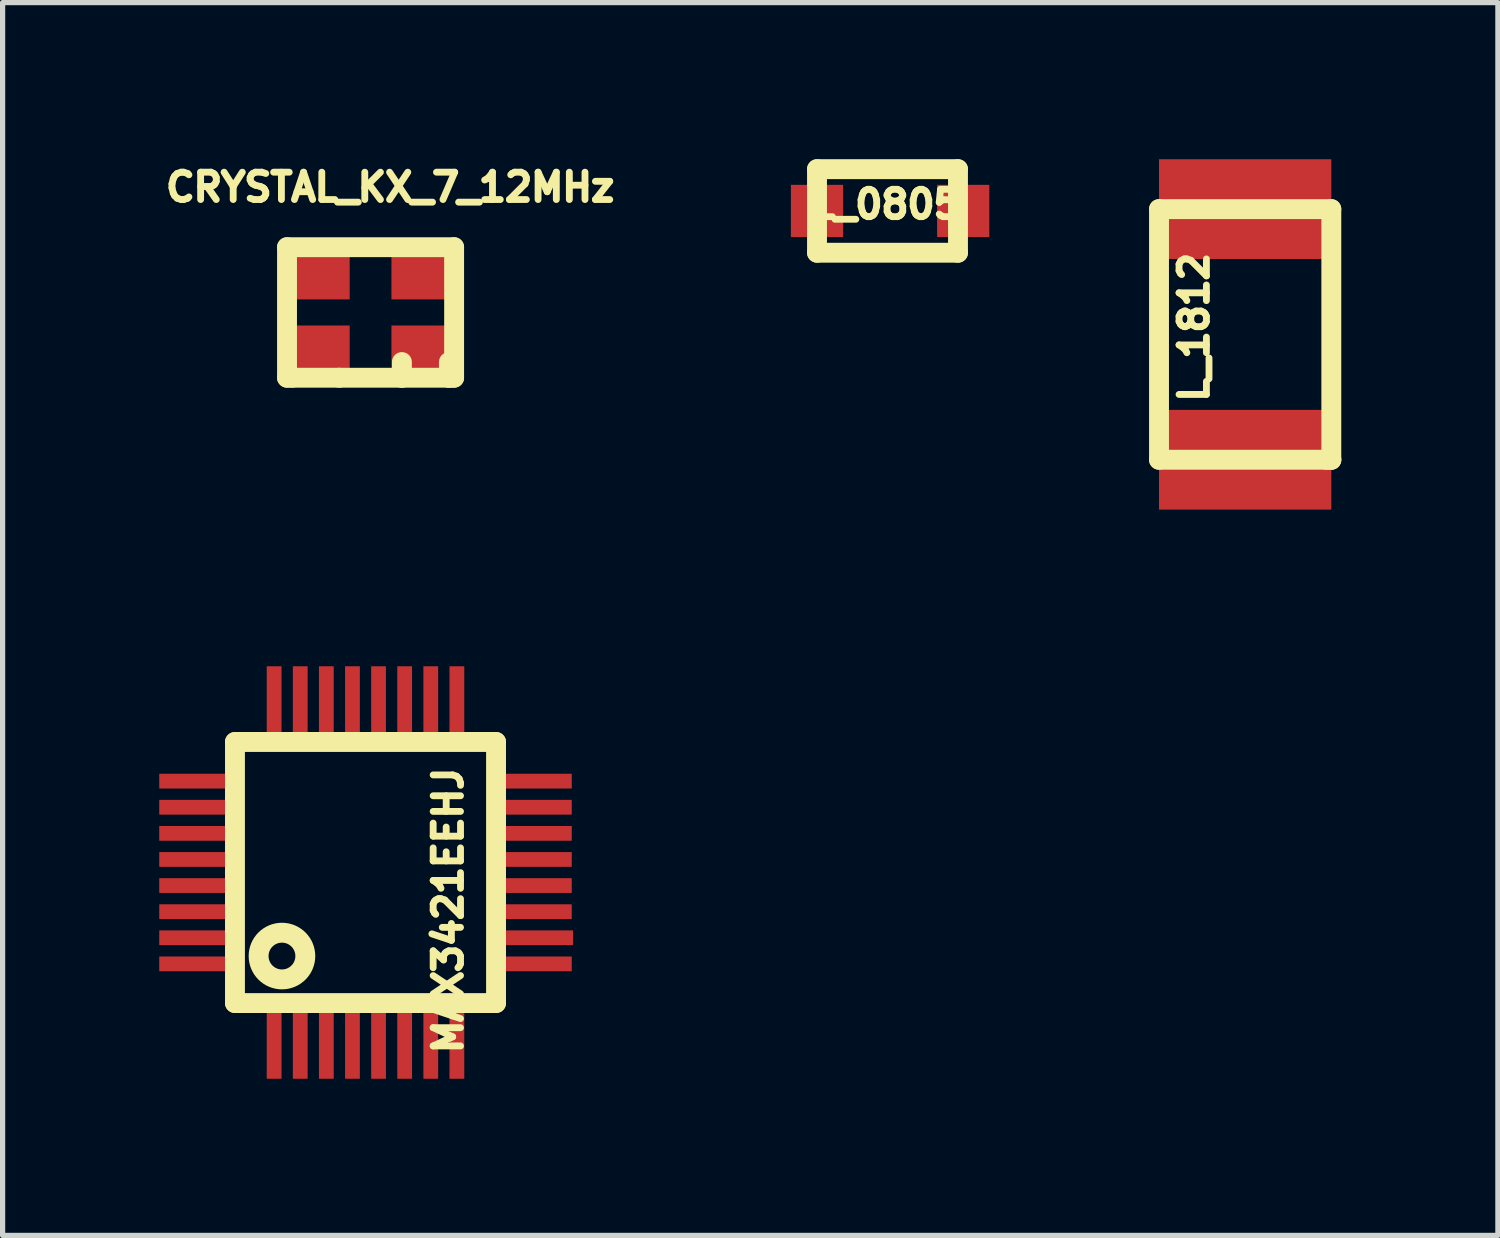
<source format=kicad_pcb>
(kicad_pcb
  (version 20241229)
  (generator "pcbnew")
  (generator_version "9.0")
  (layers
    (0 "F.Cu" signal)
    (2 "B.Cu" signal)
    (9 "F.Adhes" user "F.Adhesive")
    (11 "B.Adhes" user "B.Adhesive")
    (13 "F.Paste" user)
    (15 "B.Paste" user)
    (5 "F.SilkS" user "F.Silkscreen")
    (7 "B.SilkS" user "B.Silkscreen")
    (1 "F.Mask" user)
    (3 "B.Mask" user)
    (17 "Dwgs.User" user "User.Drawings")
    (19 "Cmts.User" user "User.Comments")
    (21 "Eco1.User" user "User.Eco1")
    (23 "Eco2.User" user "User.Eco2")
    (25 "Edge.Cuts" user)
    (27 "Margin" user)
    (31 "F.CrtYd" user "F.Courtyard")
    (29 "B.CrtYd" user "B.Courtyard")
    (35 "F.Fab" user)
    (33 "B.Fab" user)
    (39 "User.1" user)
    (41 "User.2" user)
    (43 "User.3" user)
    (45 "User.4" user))
  (footprint "L_1812"
    (layer "F.Cu")
    (at 19.147 5.755)
    (property "Reference" "L_1812" (at 0.672 -2.536 90) (layer "F.SilkS") (effects (font (size 0.524 0.524) (thickness 0.131))))
    (attr through_hole)
    (fp_line (start 0 -4.8) (end 3.3 -4.8) (stroke (width 0.381) (type solid)) (layer "F.SilkS"))
    (fp_line (start 0 0) (end 0 -4.8) (stroke (width 0.381) (type solid)) (layer "F.SilkS"))
    (fp_line (start 0 0) (end 3.3 0) (stroke (width 0.381) (type solid)) (layer "F.SilkS"))
    (fp_line (start 3.3 -4.8) (end 3.3 0) (stroke (width 0.381) (type solid)) (layer "F.SilkS"))
    (fp_line (start 3.3 0) (end 3.2 0) (stroke (width 0.381) (type solid)) (layer "F.SilkS"))
    (pad "1" smd rect (at 1.65 0) (size 3.3 1.91) (layers "F.Cu" "F.Mask" "F.Paste"))
    (pad "2" smd rect (at 1.65 -4.8) (size 3.3 1.91) (layers "F.Cu" "F.Mask" "F.Paste")))
  (footprint "CRYSTAL_KX_7_12MHz"
    (layer "F.Cu")
    (at 2.447 4.184)
    (property "Reference" "CRYSTAL_KX_7_12MHz" (at 1.976 -3.648 0) (layer "F.SilkS") (effects (font (size 0.524 0.524) (thickness 0.131))))
    (attr through_hole)
    (fp_line (start 0 -2.5) (end 0 0) (stroke (width 0.381) (type solid)) (layer "F.SilkS"))
    (fp_line (start 0 0) (end 0.1 0) (stroke (width 0.381) (type solid)) (layer "F.SilkS"))
    (fp_line (start 0.1 0) (end 1 0) (stroke (width 0.381) (type solid)) (layer "F.SilkS"))
    (fp_line (start 1 0) (end 2.2 0) (stroke (width 0.381) (type solid)) (layer "F.SilkS"))
    (fp_line (start 2.2 0) (end 2.2 -0.3) (stroke (width 0.381) (type solid)) (layer "F.SilkS"))
    (fp_line (start 2.2 0) (end 3.1 0) (stroke (width 0.381) (type solid)) (layer "F.SilkS"))
    (fp_line (start 3.1 0) (end 3.1 -0.3) (stroke (width 0.381) (type solid)) (layer "F.SilkS"))
    (fp_line (start 3.1 0) (end 3.2 0) (stroke (width 0.381) (type solid)) (layer "F.SilkS"))
    (fp_line (start 3.2 -2.5) (end 0 -2.5) (stroke (width 0.381) (type solid)) (layer "F.SilkS"))
    (fp_line (start 3.2 0) (end 3.2 -2.5) (stroke (width 0.381) (type solid)) (layer "F.SilkS"))
    (pad "1" smd rect (at 0.55 -0.45) (size 1.3 1.1) (layers "F.Cu" "F.Mask" "F.Paste"))
    (pad "2" smd rect (at 2.65 -0.45) (size 1.3 1.1) (layers "F.Cu" "F.Mask" "F.Paste"))
    (pad "3" smd rect (at 2.65 -2.05) (size 1.3 1.1) (layers "F.Cu" "F.Mask" "F.Paste"))
    (pad "4" smd rect (at 0.55 -2.05) (size 1.3 1.1) (layers "F.Cu" "F.Mask" "F.Paste")))
  (footprint "L_0805"
    (layer "F.Cu")
    (at 12.097 1.79)
    (property "Reference" "L_0805" (at 1.83 -0.926 0) (layer "F.SilkS") (effects (font (size 0.524 0.524) (thickness 0.131))))
    (attr through_hole)
    (fp_line (start 0.5 -1.6) (end 0.5 0) (stroke (width 0.381) (type solid)) (layer "F.SilkS"))
    (fp_line (start 0.5 0) (end 3.2 0) (stroke (width 0.381) (type solid)) (layer "F.SilkS"))
    (fp_line (start 3.2 -1.6) (end 0.5 -1.6) (stroke (width 0.381) (type solid)) (layer "F.SilkS"))
    (fp_line (start 3.2 0) (end 3.2 -1.6) (stroke (width 0.381) (type solid)) (layer "F.SilkS"))
    (pad "1" smd rect (at 0.5 -0.8) (size 1 1) (layers "F.Cu" "F.Mask" "F.Paste"))
    (pad "2" smd rect (at 3.3 -0.8) (size 1 1) (layers "F.Cu" "F.Mask" "F.Paste")))
  (footprint "MAX3421EEHJ"
    (layer "F.Cu")
    (at 1.45 16.16)
    (property "Reference" "MAX3421EEHJ" (at 4.084 -1.774 90) (layer "F.SilkS") (effects (font (size 0.524 0.524) (thickness 0.131))))
    (attr through_hole)
    (fp_line (start 0 -5) (end 0 0) (stroke (width 0.381) (type solid)) (layer "F.SilkS"))
    (fp_line (start 0 0) (end 5 0) (stroke (width 0.381) (type solid)) (layer "F.SilkS"))
    (fp_line (start 5 -5) (end 0 -5) (stroke (width 0.381) (type solid)) (layer "F.SilkS"))
    (fp_line (start 5 0) (end 5 -5) (stroke (width 0.381) (type solid)) (layer "F.SilkS"))
    (fp_circle (center 0.9 -0.9) (end 1.3 -1.1) (stroke (width 0.381) (type solid)) (fill no) (layer "F.SilkS"))
    (pad "1" smd rect (at 0.75 0.725) (size 0.283 1.45) (layers "F.Cu" "F.Mask" "F.Paste"))
    (pad "2" smd rect (at 1.25 0.725) (size 0.283 1.45) (layers "F.Cu" "F.Mask" "F.Paste"))
    (pad "3" smd rect (at 1.75 0.725) (size 0.283 1.45) (layers "F.Cu" "F.Mask" "F.Paste"))
    (pad "4" smd rect (at 2.25 0.725) (size 0.283 1.45) (layers "F.Cu" "F.Mask" "F.Paste"))
    (pad "5" smd rect (at 2.75 0.725) (size 0.283 1.45) (layers "F.Cu" "F.Mask" "F.Paste"))
    (pad "6" smd rect (at 3.25 0.725) (size 0.283 1.45) (layers "F.Cu" "F.Mask" "F.Paste"))
    (pad "7" smd rect (at 3.75 0.725) (size 0.283 1.45) (layers "F.Cu" "F.Mask" "F.Paste"))
    (pad "8" smd rect (at 4.25 0.725) (size 0.283 1.45) (layers "F.Cu" "F.Mask" "F.Paste"))
    (pad "9" smd rect (at 5.725 -0.75) (size 1.45 0.283) (layers "F.Cu" "F.Mask" "F.Paste"))
    (pad "10" smd rect (at 5.75 -1.25) (size 1.45 0.283) (layers "F.Cu" "F.Mask" "F.Paste"))
    (pad "11" smd rect (at 5.725 -1.75) (size 1.45 0.283) (layers "F.Cu" "F.Mask" "F.Paste"))
    (pad "12" smd rect (at 5.725 -2.25) (size 1.45 0.283) (layers "F.Cu" "F.Mask" "F.Paste"))
    (pad "13" smd rect (at 5.725 -2.75) (size 1.45 0.283) (layers "F.Cu" "F.Mask" "F.Paste"))
    (pad "14" smd rect (at 5.725 -3.25) (size 1.45 0.283) (layers "F.Cu" "F.Mask" "F.Paste"))
    (pad "15" smd rect (at 5.725 -3.75) (size 1.45 0.283) (layers "F.Cu" "F.Mask" "F.Paste"))
    (pad "16" smd rect (at 5.725 -4.25) (size 1.45 0.283) (layers "F.Cu" "F.Mask" "F.Paste"))
    (pad "17" smd rect (at 4.25 -5.725) (size 0.283 1.45) (layers "F.Cu" "F.Mask" "F.Paste"))
    (pad "18" smd rect (at 3.75 -5.725) (size 0.283 1.45) (layers "F.Cu" "F.Mask" "F.Paste"))
    (pad "19" smd rect (at 3.25 -5.725) (size 0.283 1.45) (layers "F.Cu" "F.Mask" "F.Paste"))
    (pad "20" smd rect (at 2.75 -5.725) (size 0.283 1.45) (layers "F.Cu" "F.Mask" "F.Paste"))
    (pad "21" smd rect (at 2.25 -5.725) (size 0.283 1.45) (layers "F.Cu" "F.Mask" "F.Paste"))
    (pad "22" smd rect (at 1.75 -5.725) (size 0.283 1.45) (layers "F.Cu" "F.Mask" "F.Paste"))
    (pad "23" smd rect (at 1.25 -5.725) (size 0.283 1.45) (layers "F.Cu" "F.Mask" "F.Paste"))
    (pad "24" smd rect (at 0.75 -5.725) (size 0.283 1.45) (layers "F.Cu" "F.Mask" "F.Paste"))
    (pad "25" smd rect (at -0.725 -4.25) (size 1.45 0.283) (layers "F.Cu" "F.Mask" "F.Paste"))
    (pad "26" smd rect (at -0.725 -3.75) (size 1.45 0.283) (layers "F.Cu" "F.Mask" "F.Paste"))
    (pad "27" smd rect (at -0.725 -3.25) (size 1.45 0.283) (layers "F.Cu" "F.Mask" "F.Paste"))
    (pad "28" smd rect (at -0.725 -2.75) (size 1.45 0.283) (layers "F.Cu" "F.Mask" "F.Paste"))
    (pad "29" smd rect (at -0.725 -2.25) (size 1.45 0.283) (layers "F.Cu" "F.Mask" "F.Paste"))
    (pad "30" smd rect (at -0.725 -1.75) (size 1.45 0.283) (layers "F.Cu" "F.Mask" "F.Paste"))
    (pad "31" smd rect (at -0.725 -1.25) (size 1.45 0.283) (layers "F.Cu" "F.Mask" "F.Paste"))
    (pad "32" smd rect (at -0.725 -0.75) (size 1.45 0.283) (layers "F.Cu" "F.Mask" "F.Paste")))
  (gr_rect
    (start -3 -3)
    (end 25.637 20.61)
    (stroke (width 0.1) (type default))
    (fill no)
    (layer "Edge.Cuts")))
</source>
